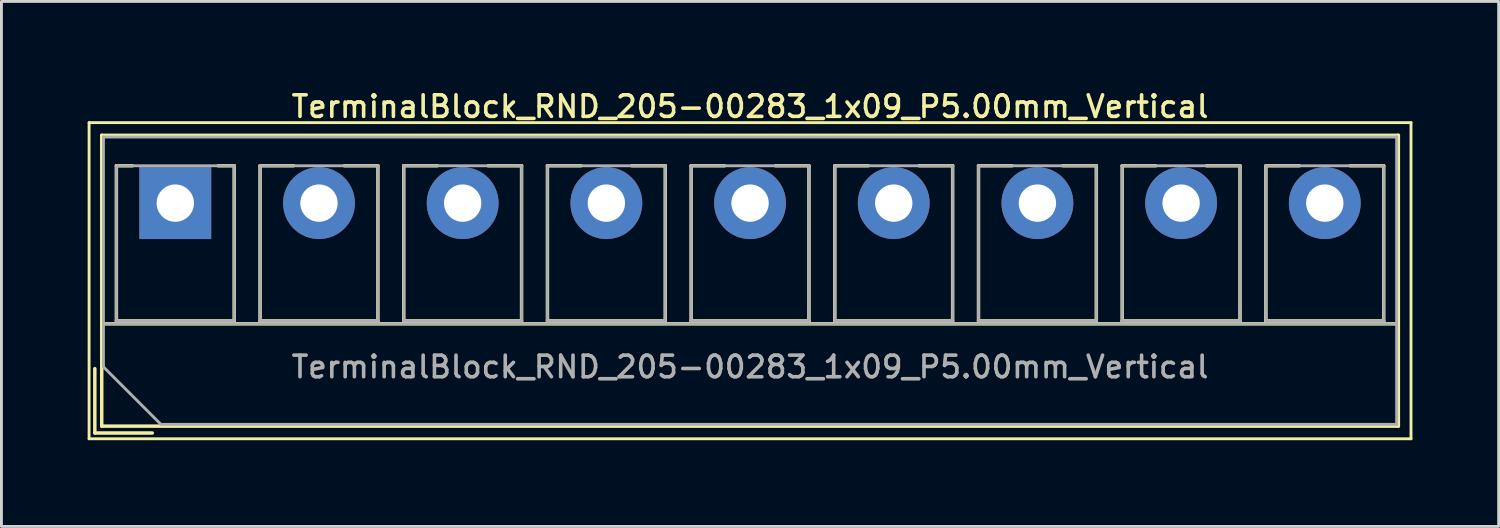
<source format=kicad_pcb>
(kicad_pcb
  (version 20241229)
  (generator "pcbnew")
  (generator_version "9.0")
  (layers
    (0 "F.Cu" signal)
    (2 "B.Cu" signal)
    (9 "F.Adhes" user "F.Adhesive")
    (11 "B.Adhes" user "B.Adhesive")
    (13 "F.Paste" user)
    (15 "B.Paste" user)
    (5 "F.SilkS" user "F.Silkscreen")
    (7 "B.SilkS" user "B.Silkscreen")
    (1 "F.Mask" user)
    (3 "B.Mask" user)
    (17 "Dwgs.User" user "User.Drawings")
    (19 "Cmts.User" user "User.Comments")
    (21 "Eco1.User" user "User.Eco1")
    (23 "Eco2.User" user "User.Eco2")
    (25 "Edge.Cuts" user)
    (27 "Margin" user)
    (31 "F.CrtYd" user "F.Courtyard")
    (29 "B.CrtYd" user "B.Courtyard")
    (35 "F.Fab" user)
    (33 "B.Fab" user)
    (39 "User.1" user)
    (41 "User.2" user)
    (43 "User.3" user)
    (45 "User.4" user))
  (footprint "TerminalBlock_RND_205-00283_1x09_P5.00mm_Vertical"
    (layer "F.Cu")
    (at 3.05 4.018)
    (property "Reference" "TerminalBlock_RND_205-00283_1x09_P5.00mm_Vertical" (at 20 -3.36 0) (layer "F.SilkS") (effects (font (size 0.75 0.75) (thickness 0.125))))
    (attr through_hole)
    (fp_line (start -3 -2.8) (end -3 8.2) (stroke (width 0.1) (type solid)) (layer "F.SilkS"))
    (fp_line (start -3 8.2) (end 43 8.2) (stroke (width 0.1) (type solid)) (layer "F.SilkS"))
    (fp_line (start -2.8 5.76) (end -2.8 8) (stroke (width 0.12) (type solid)) (layer "F.SilkS"))
    (fp_line (start -2.8 8) (end -0.8 8) (stroke (width 0.12) (type solid)) (layer "F.SilkS"))
    (fp_line (start -2.56 -2.36) (end -2.56 7.76) (stroke (width 0.12) (type solid)) (layer "F.SilkS"))
    (fp_line (start -2.56 -2.36) (end 42.56 -2.36) (stroke (width 0.12) (type solid)) (layer "F.SilkS"))
    (fp_line (start -2.56 4.2) (end 42.56 4.2) (stroke (width 0.12) (type solid)) (layer "F.SilkS"))
    (fp_line (start -2.56 7.76) (end 42.56 7.76) (stroke (width 0.12) (type solid)) (layer "F.SilkS"))
    (fp_line (start -2.05 -1.3) (end -2.05 4.1) (stroke (width 0.12) (type solid)) (layer "F.SilkS"))
    (fp_line (start -2.05 -1.3) (end -1.49 -1.3) (stroke (width 0.12) (type solid)) (layer "F.SilkS"))
    (fp_line (start -2.05 4.1) (end 2.05 4.1) (stroke (width 0.12) (type solid)) (layer "F.SilkS"))
    (fp_line (start 1.49 -1.3) (end 2.05 -1.3) (stroke (width 0.12) (type solid)) (layer "F.SilkS"))
    (fp_line (start 2.05 -1.3) (end 2.05 4.1) (stroke (width 0.12) (type solid)) (layer "F.SilkS"))
    (fp_line (start 2.95 -1.3) (end 2.95 4.1) (stroke (width 0.12) (type solid)) (layer "F.SilkS"))
    (fp_line (start 2.95 -1.3) (end 4.117 -1.3) (stroke (width 0.12) (type solid)) (layer "F.SilkS"))
    (fp_line (start 2.95 4.1) (end 7.05 4.1) (stroke (width 0.12) (type solid)) (layer "F.SilkS"))
    (fp_line (start 5.884 -1.3) (end 7.05 -1.3) (stroke (width 0.12) (type solid)) (layer "F.SilkS"))
    (fp_line (start 7.05 -1.3) (end 7.05 4.1) (stroke (width 0.12) (type solid)) (layer "F.SilkS"))
    (fp_line (start 7.95 -1.3) (end 7.95 4.1) (stroke (width 0.12) (type solid)) (layer "F.SilkS"))
    (fp_line (start 7.95 -1.3) (end 9.117 -1.3) (stroke (width 0.12) (type solid)) (layer "F.SilkS"))
    (fp_line (start 7.95 4.1) (end 12.05 4.1) (stroke (width 0.12) (type solid)) (layer "F.SilkS"))
    (fp_line (start 10.884 -1.3) (end 12.05 -1.3) (stroke (width 0.12) (type solid)) (layer "F.SilkS"))
    (fp_line (start 12.05 -1.3) (end 12.05 4.1) (stroke (width 0.12) (type solid)) (layer "F.SilkS"))
    (fp_line (start 12.95 -1.3) (end 12.95 4.1) (stroke (width 0.12) (type solid)) (layer "F.SilkS"))
    (fp_line (start 12.95 -1.3) (end 14.117 -1.3) (stroke (width 0.12) (type solid)) (layer "F.SilkS"))
    (fp_line (start 12.95 4.1) (end 17.05 4.1) (stroke (width 0.12) (type solid)) (layer "F.SilkS"))
    (fp_line (start 15.884 -1.3) (end 17.05 -1.3) (stroke (width 0.12) (type solid)) (layer "F.SilkS"))
    (fp_line (start 17.05 -1.3) (end 17.05 4.1) (stroke (width 0.12) (type solid)) (layer "F.SilkS"))
    (fp_line (start 17.95 -1.3) (end 17.95 4.1) (stroke (width 0.12) (type solid)) (layer "F.SilkS"))
    (fp_line (start 17.95 -1.3) (end 19.117 -1.3) (stroke (width 0.12) (type solid)) (layer "F.SilkS"))
    (fp_line (start 17.95 4.1) (end 22.05 4.1) (stroke (width 0.12) (type solid)) (layer "F.SilkS"))
    (fp_line (start 20.884 -1.3) (end 22.05 -1.3) (stroke (width 0.12) (type solid)) (layer "F.SilkS"))
    (fp_line (start 22.05 -1.3) (end 22.05 4.1) (stroke (width 0.12) (type solid)) (layer "F.SilkS"))
    (fp_line (start 22.95 -1.3) (end 22.95 4.1) (stroke (width 0.12) (type solid)) (layer "F.SilkS"))
    (fp_line (start 22.95 -1.3) (end 24.117 -1.3) (stroke (width 0.12) (type solid)) (layer "F.SilkS"))
    (fp_line (start 22.95 4.1) (end 27.05 4.1) (stroke (width 0.12) (type solid)) (layer "F.SilkS"))
    (fp_line (start 25.884 -1.3) (end 27.05 -1.3) (stroke (width 0.12) (type solid)) (layer "F.SilkS"))
    (fp_line (start 27.05 -1.3) (end 27.05 4.1) (stroke (width 0.12) (type solid)) (layer "F.SilkS"))
    (fp_line (start 27.95 -1.3) (end 27.95 4.1) (stroke (width 0.12) (type solid)) (layer "F.SilkS"))
    (fp_line (start 27.95 -1.3) (end 29.117 -1.3) (stroke (width 0.12) (type solid)) (layer "F.SilkS"))
    (fp_line (start 27.95 4.1) (end 32.05 4.1) (stroke (width 0.12) (type solid)) (layer "F.SilkS"))
    (fp_line (start 30.884 -1.3) (end 32.05 -1.3) (stroke (width 0.12) (type solid)) (layer "F.SilkS"))
    (fp_line (start 32.05 -1.3) (end 32.05 4.1) (stroke (width 0.12) (type solid)) (layer "F.SilkS"))
    (fp_line (start 32.95 -1.3) (end 32.95 4.1) (stroke (width 0.12) (type solid)) (layer "F.SilkS"))
    (fp_line (start 32.95 -1.3) (end 34.117 -1.3) (stroke (width 0.12) (type solid)) (layer "F.SilkS"))
    (fp_line (start 32.95 4.1) (end 37.05 4.1) (stroke (width 0.12) (type solid)) (layer "F.SilkS"))
    (fp_line (start 35.884 -1.3) (end 37.05 -1.3) (stroke (width 0.12) (type solid)) (layer "F.SilkS"))
    (fp_line (start 37.05 -1.3) (end 37.05 4.1) (stroke (width 0.12) (type solid)) (layer "F.SilkS"))
    (fp_line (start 37.95 -1.3) (end 37.95 4.1) (stroke (width 0.12) (type solid)) (layer "F.SilkS"))
    (fp_line (start 37.95 -1.3) (end 39.117 -1.3) (stroke (width 0.12) (type solid)) (layer "F.SilkS"))
    (fp_line (start 37.95 4.1) (end 42.05 4.1) (stroke (width 0.12) (type solid)) (layer "F.SilkS"))
    (fp_line (start 40.884 -1.3) (end 42.05 -1.3) (stroke (width 0.12) (type solid)) (layer "F.SilkS"))
    (fp_line (start 42.05 -1.3) (end 42.05 4.1) (stroke (width 0.12) (type solid)) (layer "F.SilkS"))
    (fp_line (start 42.56 -2.36) (end 42.56 7.76) (stroke (width 0.12) (type solid)) (layer "F.SilkS"))
    (fp_line (start 43 -2.8) (end -3 -2.8) (stroke (width 0.1) (type solid)) (layer "F.SilkS"))
    (fp_line (start 43 8.2) (end 43 -2.8) (stroke (width 0.1) (type solid)) (layer "F.SilkS"))
    (fp_line (start -2.5 -2.3) (end 42.5 -2.3) (stroke (width 0.1) (type solid)) (layer "F.Fab"))
    (fp_line (start -2.5 4.2) (end 42.5 4.2) (stroke (width 0.1) (type solid)) (layer "F.Fab"))
    (fp_line (start -2.5 5.7) (end -2.5 -2.3) (stroke (width 0.1) (type solid)) (layer "F.Fab"))
    (fp_line (start -2.05 -1.3) (end -2.05 4.1) (stroke (width 0.1) (type solid)) (layer "F.Fab"))
    (fp_line (start -2.05 4.1) (end 2.05 4.1) (stroke (width 0.1) (type solid)) (layer "F.Fab"))
    (fp_line (start -0.5 7.7) (end -2.5 5.7) (stroke (width 0.1) (type solid)) (layer "F.Fab"))
    (fp_line (start 2.05 -1.3) (end -2.05 -1.3) (stroke (width 0.1) (type solid)) (layer "F.Fab"))
    (fp_line (start 2.05 4.1) (end 2.05 -1.3) (stroke (width 0.1) (type solid)) (layer "F.Fab"))
    (fp_line (start 2.95 -1.3) (end 2.95 4.1) (stroke (width 0.1) (type solid)) (layer "F.Fab"))
    (fp_line (start 2.95 4.1) (end 7.05 4.1) (stroke (width 0.1) (type solid)) (layer "F.Fab"))
    (fp_line (start 7.05 -1.3) (end 2.95 -1.3) (stroke (width 0.1) (type solid)) (layer "F.Fab"))
    (fp_line (start 7.05 4.1) (end 7.05 -1.3) (stroke (width 0.1) (type solid)) (layer "F.Fab"))
    (fp_line (start 7.95 -1.3) (end 7.95 4.1) (stroke (width 0.1) (type solid)) (layer "F.Fab"))
    (fp_line (start 7.95 4.1) (end 12.05 4.1) (stroke (width 0.1) (type solid)) (layer "F.Fab"))
    (fp_line (start 12.05 -1.3) (end 7.95 -1.3) (stroke (width 0.1) (type solid)) (layer "F.Fab"))
    (fp_line (start 12.05 4.1) (end 12.05 -1.3) (stroke (width 0.1) (type solid)) (layer "F.Fab"))
    (fp_line (start 12.95 -1.3) (end 12.95 4.1) (stroke (width 0.1) (type solid)) (layer "F.Fab"))
    (fp_line (start 12.95 4.1) (end 17.05 4.1) (stroke (width 0.1) (type solid)) (layer "F.Fab"))
    (fp_line (start 17.05 -1.3) (end 12.95 -1.3) (stroke (width 0.1) (type solid)) (layer "F.Fab"))
    (fp_line (start 17.05 4.1) (end 17.05 -1.3) (stroke (width 0.1) (type solid)) (layer "F.Fab"))
    (fp_line (start 17.95 -1.3) (end 17.95 4.1) (stroke (width 0.1) (type solid)) (layer "F.Fab"))
    (fp_line (start 17.95 4.1) (end 22.05 4.1) (stroke (width 0.1) (type solid)) (layer "F.Fab"))
    (fp_line (start 22.05 -1.3) (end 17.95 -1.3) (stroke (width 0.1) (type solid)) (layer "F.Fab"))
    (fp_line (start 22.05 4.1) (end 22.05 -1.3) (stroke (width 0.1) (type solid)) (layer "F.Fab"))
    (fp_line (start 22.95 -1.3) (end 22.95 4.1) (stroke (width 0.1) (type solid)) (layer "F.Fab"))
    (fp_line (start 22.95 4.1) (end 27.05 4.1) (stroke (width 0.1) (type solid)) (layer "F.Fab"))
    (fp_line (start 27.05 -1.3) (end 22.95 -1.3) (stroke (width 0.1) (type solid)) (layer "F.Fab"))
    (fp_line (start 27.05 4.1) (end 27.05 -1.3) (stroke (width 0.1) (type solid)) (layer "F.Fab"))
    (fp_line (start 27.95 -1.3) (end 27.95 4.1) (stroke (width 0.1) (type solid)) (layer "F.Fab"))
    (fp_line (start 27.95 4.1) (end 32.05 4.1) (stroke (width 0.1) (type solid)) (layer "F.Fab"))
    (fp_line (start 32.05 -1.3) (end 27.95 -1.3) (stroke (width 0.1) (type solid)) (layer "F.Fab"))
    (fp_line (start 32.05 4.1) (end 32.05 -1.3) (stroke (width 0.1) (type solid)) (layer "F.Fab"))
    (fp_line (start 32.95 -1.3) (end 32.95 4.1) (stroke (width 0.1) (type solid)) (layer "F.Fab"))
    (fp_line (start 32.95 4.1) (end 37.05 4.1) (stroke (width 0.1) (type solid)) (layer "F.Fab"))
    (fp_line (start 37.05 -1.3) (end 32.95 -1.3) (stroke (width 0.1) (type solid)) (layer "F.Fab"))
    (fp_line (start 37.05 4.1) (end 37.05 -1.3) (stroke (width 0.1) (type solid)) (layer "F.Fab"))
    (fp_line (start 37.95 -1.3) (end 37.95 4.1) (stroke (width 0.1) (type solid)) (layer "F.Fab"))
    (fp_line (start 37.95 4.1) (end 42.05 4.1) (stroke (width 0.1) (type solid)) (layer "F.Fab"))
    (fp_line (start 42.05 -1.3) (end 37.95 -1.3) (stroke (width 0.1) (type solid)) (layer "F.Fab"))
    (fp_line (start 42.05 4.1) (end 42.05 -1.3) (stroke (width 0.1) (type solid)) (layer "F.Fab"))
    (fp_line (start 42.5 -2.3) (end 42.5 7.7) (stroke (width 0.1) (type solid)) (layer "F.Fab"))
    (fp_line (start 42.5 7.7) (end -0.5 7.7) (stroke (width 0.1) (type solid)) (layer "F.Fab"))
    (fp_text user "${REFERENCE}" (at 20 5.7 0) (layer "F.Fab") (effects (font (size 0.75 0.75) (thickness 0.125))))
    (pad "1" thru_hole rect (at 0 0) (size 2.5 2.5) (drill 1.3) (layers "*.Cu" "*.Mask"))
    (pad "2" thru_hole circle (at 5 0) (size 2.5 2.5) (drill 1.3) (layers "*.Cu" "*.Mask"))
    (pad "3" thru_hole circle (at 10 0) (size 2.5 2.5) (drill 1.3) (layers "*.Cu" "*.Mask"))
    (pad "4" thru_hole circle (at 15 0) (size 2.5 2.5) (drill 1.3) (layers "*.Cu" "*.Mask"))
    (pad "5" thru_hole circle (at 20 0) (size 2.5 2.5) (drill 1.3) (layers "*.Cu" "*.Mask"))
    (pad "6" thru_hole circle (at 25 0) (size 2.5 2.5) (drill 1.3) (layers "*.Cu" "*.Mask"))
    (pad "7" thru_hole circle (at 30 0) (size 2.5 2.5) (drill 1.3) (layers "*.Cu" "*.Mask"))
    (pad "8" thru_hole circle (at 35 0) (size 2.5 2.5) (drill 1.3) (layers "*.Cu" "*.Mask"))
    (pad "9" thru_hole circle (at 40 0) (size 2.5 2.5) (drill 1.3) (layers "*.Cu" "*.Mask")))
  (gr_rect
    (start -3 -3)
    (end 49.1 15.268)
    (stroke (width 0.1) (type default))
    (fill no)
    (layer "Edge.Cuts")))
</source>
